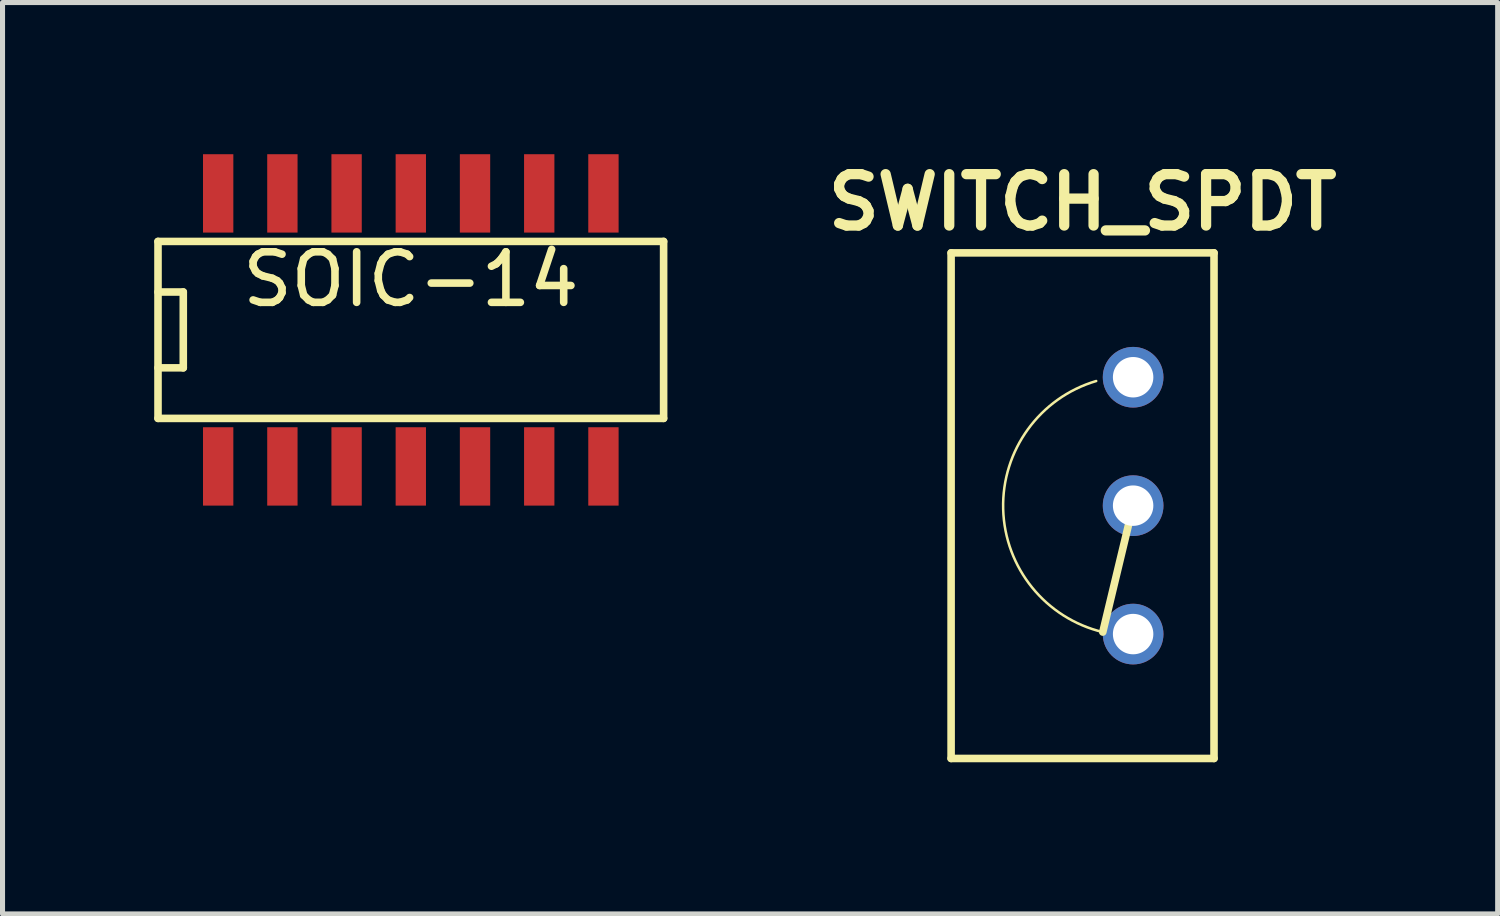
<source format=kicad_pcb>
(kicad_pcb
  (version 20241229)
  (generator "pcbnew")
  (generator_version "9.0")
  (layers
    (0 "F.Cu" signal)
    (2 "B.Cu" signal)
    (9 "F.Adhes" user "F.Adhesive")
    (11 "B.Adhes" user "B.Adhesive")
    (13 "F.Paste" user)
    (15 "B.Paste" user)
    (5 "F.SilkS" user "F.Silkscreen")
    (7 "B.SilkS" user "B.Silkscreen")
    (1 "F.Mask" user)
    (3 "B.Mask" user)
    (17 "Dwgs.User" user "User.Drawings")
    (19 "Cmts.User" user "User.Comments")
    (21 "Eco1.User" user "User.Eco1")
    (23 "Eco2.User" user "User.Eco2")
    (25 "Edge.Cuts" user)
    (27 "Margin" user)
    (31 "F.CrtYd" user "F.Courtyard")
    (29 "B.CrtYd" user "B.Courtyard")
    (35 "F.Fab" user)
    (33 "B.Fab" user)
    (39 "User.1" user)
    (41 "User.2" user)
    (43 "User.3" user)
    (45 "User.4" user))
  (footprint "SWITCH_SPDT"
    (layer "F.Cu")
    (at 18.361 6.951)
    (property "Reference" "SWITCH_SPDT" (at 0 -6 0) (layer "F.SilkS") (effects (font (size 1.016 1.016) (thickness 0.203))))
    (attr through_hole)
    (fp_line (start -2.6 -5) (end -2.6 5) (stroke (width 0.15) (type solid)) (layer "F.SilkS"))
    (fp_line (start -2.6 -5) (end 2.6 -5) (stroke (width 0.15) (type solid)) (layer "F.SilkS"))
    (fp_line (start -2.6 5) (end 2.6 5) (stroke (width 0.15) (type solid)) (layer "F.SilkS"))
    (fp_line (start 1 0) (end 0.4 2.5) (stroke (width 0.15) (type solid)) (layer "F.SilkS"))
    (fp_line (start 2.6 -5) (end 2.6 5) (stroke (width 0.15) (type solid)) (layer "F.SilkS"))
    (fp_arc (start 0.4 2.5) (mid -1.570106 0.067492) (end 0.269615 -2.465064) (stroke (width 0.05) (type solid)) (layer "F.SilkS"))
    (pad "1" thru_hole circle (at 1 -2.54) (size 1.2 1.2) (drill 0.8) (layers "*.Cu" "*.Mask"))
    (pad "2" thru_hole circle (at 1 0) (size 1.2 1.2) (drill 0.8) (layers "*.Cu" "*.Mask"))
    (pad "3" thru_hole circle (at 1 2.54) (size 1.2 1.2) (drill 0.8) (layers "*.Cu" "*.Mask")))
  (footprint "SOIC-14"
    (layer "F.Cu")
    (at 5.075 3.475)
    (property "Reference" "SOIC-14" (at 0 -1 0) (layer "F.SilkS") (effects (font (size 1 1) (thickness 0.15))))
    (attr smd)
    (fp_line (start -5 -1.75) (end -5 1.75) (stroke (width 0.15) (type solid)) (layer "F.SilkS"))
    (fp_line (start -5 -1.75) (end 5 -1.75) (stroke (width 0.15) (type solid)) (layer "F.SilkS"))
    (fp_line (start -5 -0.75) (end -4.5 -0.75) (stroke (width 0.15) (type solid)) (layer "F.SilkS"))
    (fp_line (start -5 0.75) (end -4.5 0.75) (stroke (width 0.15) (type solid)) (layer "F.SilkS"))
    (fp_line (start -5 1.75) (end 5 1.75) (stroke (width 0.15) (type solid)) (layer "F.SilkS"))
    (fp_line (start -4.5 -0.75) (end -4.5 0.75) (stroke (width 0.15) (type solid)) (layer "F.SilkS"))
    (fp_line (start 5 1.75) (end 5 -1.75) (stroke (width 0.15) (type solid)) (layer "F.SilkS"))
    (pad "1" smd rect (at -3.81 2.7) (size 0.6 1.55) (layers "F.Cu" "F.Mask" "F.Paste"))
    (pad "2" smd rect (at -2.54 2.7) (size 0.6 1.55) (layers "F.Cu" "F.Mask" "F.Paste"))
    (pad "3" smd rect (at -1.27 2.7) (size 0.6 1.55) (layers "F.Cu" "F.Mask" "F.Paste"))
    (pad "4" smd rect (at 0 2.7) (size 0.6 1.55) (layers "F.Cu" "F.Mask" "F.Paste"))
    (pad "5" smd rect (at 1.27 2.7) (size 0.6 1.55) (layers "F.Cu" "F.Mask" "F.Paste"))
    (pad "6" smd rect (at 2.54 2.7) (size 0.6 1.55) (layers "F.Cu" "F.Mask" "F.Paste"))
    (pad "7" smd rect (at 3.81 2.7) (size 0.6 1.55) (layers "F.Cu" "F.Mask" "F.Paste"))
    (pad "8" smd rect (at 3.81 -2.7) (size 0.6 1.55) (layers "F.Cu" "F.Mask" "F.Paste"))
    (pad "9" smd rect (at 2.54 -2.7) (size 0.6 1.55) (layers "F.Cu" "F.Mask" "F.Paste"))
    (pad "10" smd rect (at 1.27 -2.7) (size 0.6 1.55) (layers "F.Cu" "F.Mask" "F.Paste"))
    (pad "11" smd rect (at 0 -2.7) (size 0.6 1.55) (layers "F.Cu" "F.Mask" "F.Paste"))
    (pad "12" smd rect (at -1.27 -2.7) (size 0.6 1.55) (layers "F.Cu" "F.Mask" "F.Paste"))
    (pad "13" smd rect (at -2.54 -2.7) (size 0.6 1.55) (layers "F.Cu" "F.Mask" "F.Paste"))
    (pad "14" smd rect (at -3.81 -2.7) (size 0.6 1.55) (layers "F.Cu" "F.Mask" "F.Paste")))
  (gr_rect
    (start -3 -3)
    (end 26.571 15.026)
    (stroke (width 0.1) (type default))
    (fill no)
    (layer "Edge.Cuts")))
</source>
